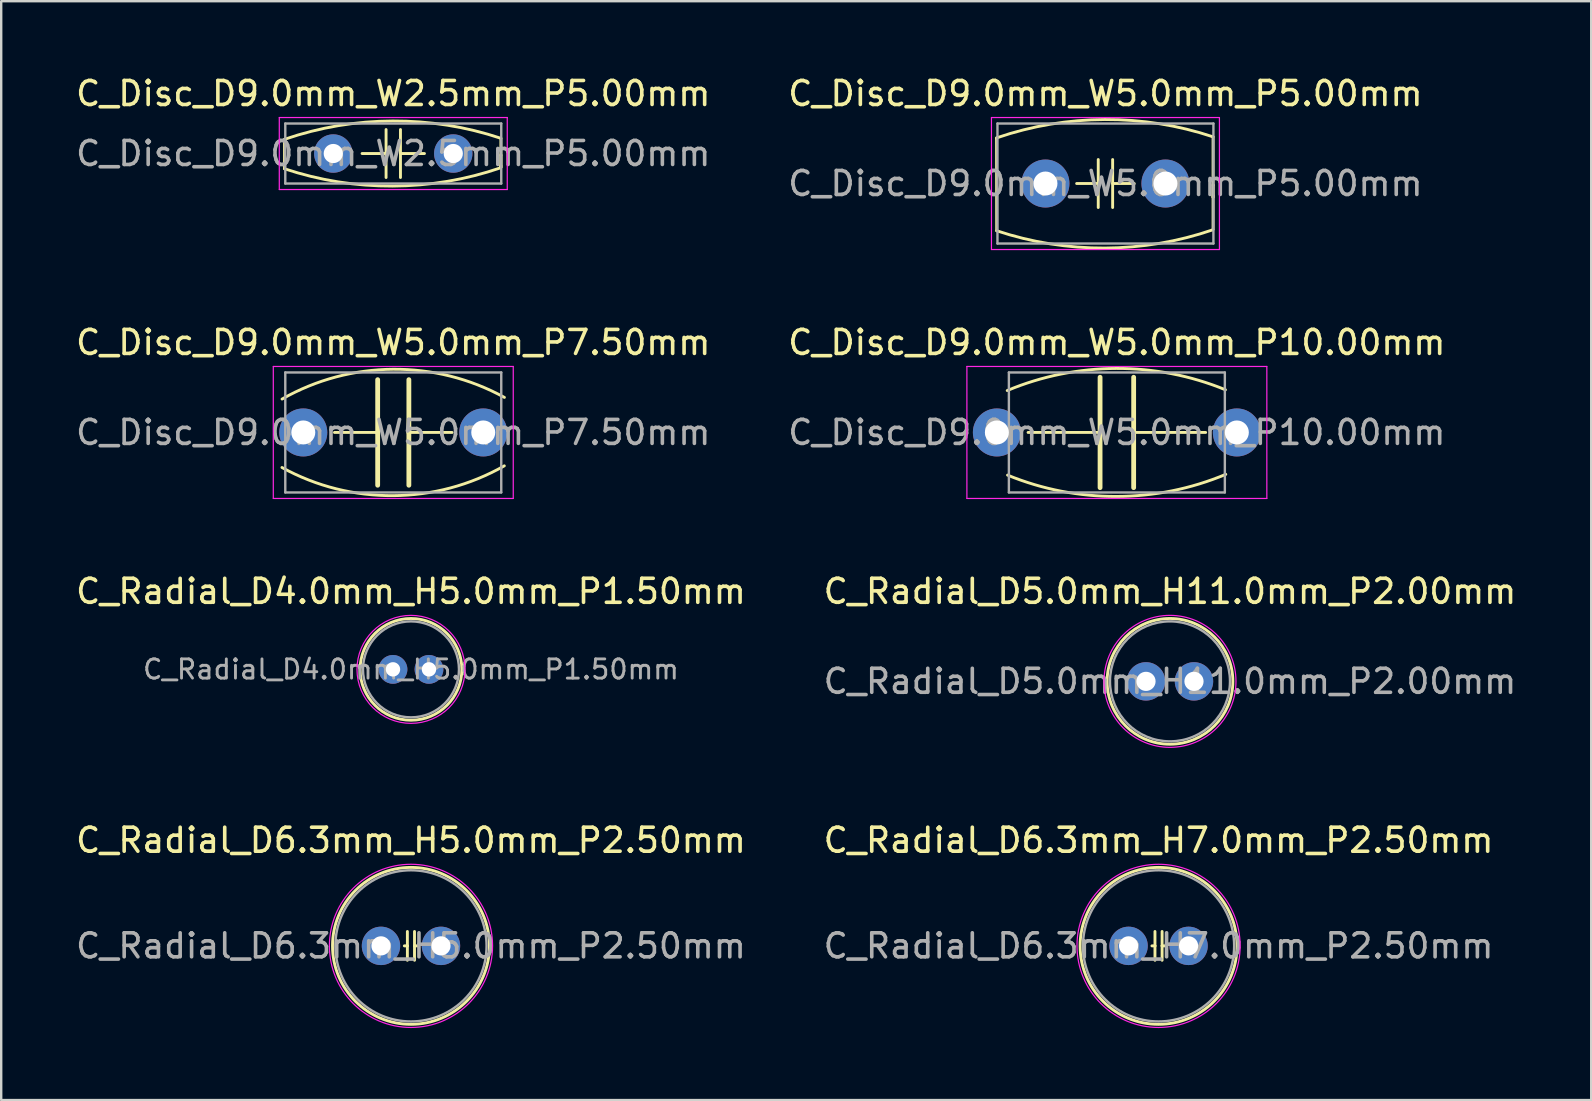
<source format=kicad_pcb>
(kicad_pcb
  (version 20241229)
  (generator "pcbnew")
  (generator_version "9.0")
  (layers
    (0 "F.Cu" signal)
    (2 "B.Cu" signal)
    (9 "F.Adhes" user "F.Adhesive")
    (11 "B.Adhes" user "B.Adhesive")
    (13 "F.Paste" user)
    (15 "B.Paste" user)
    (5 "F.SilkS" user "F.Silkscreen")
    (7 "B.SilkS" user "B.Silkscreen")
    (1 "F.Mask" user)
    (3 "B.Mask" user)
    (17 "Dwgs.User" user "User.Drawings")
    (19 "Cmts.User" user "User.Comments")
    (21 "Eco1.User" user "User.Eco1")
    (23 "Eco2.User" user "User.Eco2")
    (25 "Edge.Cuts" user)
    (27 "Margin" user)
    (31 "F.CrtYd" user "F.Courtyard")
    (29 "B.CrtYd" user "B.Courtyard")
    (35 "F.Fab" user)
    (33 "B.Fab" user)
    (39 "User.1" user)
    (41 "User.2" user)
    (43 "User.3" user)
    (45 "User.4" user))
  (footprint "C_Disc_D9.0mm_W5.0mm_P7.50mm"
    (layer "F.Cu")
    (at 9.589 14.972)
    (property "Reference" "C_Disc_D9.0mm_W5.0mm_P7.50mm" (at 3.75 -3.75 0) (layer "F.SilkS") (effects (font (size 1 1) (thickness 0.15))))
    (fp_line (start 1.3 0) (end 3.1 0) (stroke (width 0.12) (type solid)) (layer "F.SilkS"))
    (fp_line (start 3.1 0) (end 3.1 -2.2) (stroke (width 0.2) (type solid)) (layer "F.SilkS"))
    (fp_line (start 3.1 0) (end 3.1 2.2) (stroke (width 0.2) (type solid)) (layer "F.SilkS"))
    (fp_line (start 4.4 0) (end 4.4 -2.2) (stroke (width 0.2) (type solid)) (layer "F.SilkS"))
    (fp_line (start 4.4 0) (end 4.4 2.2) (stroke (width 0.2) (type solid)) (layer "F.SilkS"))
    (fp_line (start 4.4 0) (end 6.2 0) (stroke (width 0.12) (type solid)) (layer "F.SilkS"))
    (fp_arc (start -0.884963 -1.391723) (mid 3.739555 -2.633873) (end 8.382 -1.4605) (stroke (width 0.12) (type solid)) (layer "F.SilkS"))
    (fp_arc (start 8.377963 1.391723) (mid 3.753445 2.633873) (end -0.889 1.4605) (stroke (width 0.12) (type solid)) (layer "F.SilkS"))
    (fp_line (start -1.25 -2.75) (end -1.25 2.75) (stroke (width 0.05) (type solid)) (layer "F.CrtYd"))
    (fp_line (start -1.25 2.75) (end 8.75 2.75) (stroke (width 0.05) (type solid)) (layer "F.CrtYd"))
    (fp_line (start 8.75 -2.75) (end -1.25 -2.75) (stroke (width 0.05) (type solid)) (layer "F.CrtYd"))
    (fp_line (start 8.75 2.75) (end 8.75 -2.75) (stroke (width 0.05) (type solid)) (layer "F.CrtYd"))
    (fp_line (start -0.75 -2.5) (end -0.75 2.5) (stroke (width 0.1) (type solid)) (layer "F.Fab"))
    (fp_line (start -0.75 2.5) (end 8.25 2.5) (stroke (width 0.1) (type solid)) (layer "F.Fab"))
    (fp_line (start 8.25 -2.5) (end -0.75 -2.5) (stroke (width 0.1) (type solid)) (layer "F.Fab"))
    (fp_line (start 8.25 2.5) (end 8.25 -2.5) (stroke (width 0.1) (type solid)) (layer "F.Fab"))
    (fp_text user "${REFERENCE}" (at 3.75 0 0) (layer "F.Fab") (effects (font (size 1 1) (thickness 0.15))))
    (pad "1" thru_hole circle (at 0 0) (size 2 2) (drill 1) (layers "*.Cu" "*.Mask"))
    (pad "2" thru_hole circle (at 7.5 0) (size 2 2) (drill 1) (layers "*.Cu" "*.Mask")))
  (footprint "C_Disc_D9.0mm_W5.0mm_P5.00mm"
    (layer "F.Cu")
    (at 40.518 4.598)
    (property "Reference" "C_Disc_D9.0mm_W5.0mm_P5.00mm" (at 2.5 -3.75 0) (layer "F.SilkS") (effects (font (size 1 1) (thickness 0.15))))
    (fp_line (start -2.038 -1.882) (end -2.032 -1.905) (stroke (width 0.12) (type solid)) (layer "F.SilkS"))
    (fp_line (start -2.038 -1.882) (end -2.032 1.968) (stroke (width 0.12) (type solid)) (layer "F.SilkS"))
    (fp_line (start 1.3 0) (end 2.2 0) (stroke (width 0.12) (type solid)) (layer "F.SilkS"))
    (fp_line (start 2.2 0) (end 2.2 -1) (stroke (width 0.12) (type solid)) (layer "F.SilkS"))
    (fp_line (start 2.2 0) (end 2.2 1) (stroke (width 0.12) (type solid)) (layer "F.SilkS"))
    (fp_line (start 2.8 -1) (end 2.8 1) (stroke (width 0.12) (type solid)) (layer "F.SilkS"))
    (fp_line (start 2.8 0) (end 3.7 0) (stroke (width 0.12) (type solid)) (layer "F.SilkS"))
    (fp_line (start 6.985 0.064) (end 6.985 -1.946) (stroke (width 0.12) (type solid)) (layer "F.SilkS"))
    (fp_line (start 6.985 0.064) (end 6.985 0.572) (stroke (width 0.12) (type solid)) (layer "F.SilkS"))
    (fp_line (start 6.985 0.572) (end 6.985 0.508) (stroke (width 0.12) (type solid)) (layer "F.SilkS"))
    (fp_line (start 6.985 1.905) (end 6.985 0.064) (stroke (width 0.12) (type solid)) (layer "F.SilkS"))
    (fp_arc (start -2.025917 -1.905) (mid 2.476174 -2.667096) (end 6.985 -1.945917) (stroke (width 0.12) (type solid)) (layer "F.SilkS"))
    (fp_arc (start 6.978917 1.927583) (mid 2.476826 2.689679) (end -2.032 1.9685) (stroke (width 0.12) (type solid)) (layer "F.SilkS"))
    (fp_line (start -2.25 -2.75) (end -2.25 2.75) (stroke (width 0.05) (type solid)) (layer "F.CrtYd"))
    (fp_line (start -2.25 2.75) (end 7.25 2.75) (stroke (width 0.05) (type solid)) (layer "F.CrtYd"))
    (fp_line (start 7.25 -2.75) (end -2.25 -2.75) (stroke (width 0.05) (type solid)) (layer "F.CrtYd"))
    (fp_line (start 7.25 2.75) (end 7.25 -2.75) (stroke (width 0.05) (type solid)) (layer "F.CrtYd"))
    (fp_line (start -2 -2.5) (end -2 2.5) (stroke (width 0.1) (type solid)) (layer "F.Fab"))
    (fp_line (start -2 2.5) (end 7 2.5) (stroke (width 0.1) (type solid)) (layer "F.Fab"))
    (fp_line (start 7 -2.5) (end -2 -2.5) (stroke (width 0.1) (type solid)) (layer "F.Fab"))
    (fp_line (start 7 2.5) (end 7 -2.5) (stroke (width 0.1) (type solid)) (layer "F.Fab"))
    (fp_text user "${REFERENCE}" (at 2.5 0 0) (layer "F.Fab") (effects (font (size 1 1) (thickness 0.15))))
    (pad "1" thru_hole circle (at 0 0) (size 2 2) (drill 1) (layers "*.Cu" "*.Mask"))
    (pad "2" thru_hole circle (at 5 0) (size 2 2) (drill 1) (layers "*.Cu" "*.Mask")))
  (footprint "C_Radial_D6.3mm_H7.0mm_P2.50mm"
    (layer "F.Cu")
    (at 43.982 36.368)
    (property "Reference" "C_Radial_D6.3mm_H7.0mm_P2.50mm" (at 1.25 -4.4 0) (layer "F.SilkS") (effects (font (size 1 1) (thickness 0.15))))
    (fp_line (start 0.973 0) (end 1.1 0) (stroke (width 0.12) (type solid)) (layer "F.SilkS"))
    (fp_line (start 1.1 0) (end 1.1 -0.6) (stroke (width 0.12) (type solid)) (layer "F.SilkS"))
    (fp_line (start 1.1 0) (end 1.1 0.6) (stroke (width 0.12) (type solid)) (layer "F.SilkS"))
    (fp_line (start 1.397 0) (end 1.397 -0.6) (stroke (width 0.12) (type solid)) (layer "F.SilkS"))
    (fp_line (start 1.397 0) (end 1.397 0.6) (stroke (width 0.12) (type solid)) (layer "F.SilkS"))
    (fp_line (start 1.524 0) (end 1.397 0) (stroke (width 0.12) (type solid)) (layer "F.SilkS"))
    (fp_circle (center 1.25 0) (end 4.52 0) (stroke (width 0.12) (type solid)) (fill no) (layer "F.SilkS"))
    (fp_circle (center 1.25 0) (end 4.65 0) (stroke (width 0.05) (type solid)) (fill no) (layer "F.CrtYd"))
    (fp_circle (center 1.25 0) (end 4.4 0) (stroke (width 0.1) (type solid)) (fill no) (layer "F.Fab"))
    (fp_text user "${REFERENCE}" (at 1.25 0 0) (layer "F.Fab") (effects (font (size 1 1) (thickness 0.15))))
    (pad "1" thru_hole circle (at 0 0) (size 1.6 1.6) (drill 0.8) (layers "*.Cu" "*.Mask"))
    (pad "2" thru_hole circle (at 2.5 0) (size 1.6 1.6) (drill 0.8) (layers "*.Cu" "*.Mask")))
  (footprint "C_Radial_D5.0mm_H11.0mm_P2.00mm"
    (layer "F.Cu")
    (at 44.708 25.345)
    (property "Reference" "C_Radial_D5.0mm_H11.0mm_P2.00mm" (at 1 -3.75 0) (layer "F.SilkS") (effects (font (size 1 1) (thickness 0.15))))
    (attr through_hole)
    (fp_circle (center 1 0) (end 3.62 0) (stroke (width 0.12) (type solid)) (fill no) (layer "F.SilkS"))
    (fp_circle (center 1 0) (end 3.75 0) (stroke (width 0.05) (type solid)) (fill no) (layer "F.CrtYd"))
    (fp_circle (center 1 0) (end 3.5 0) (stroke (width 0.1) (type solid)) (fill no) (layer "F.Fab"))
    (fp_text user "${REFERENCE}" (at 1 0 0) (layer "F.Fab") (effects (font (size 1 1) (thickness 0.15))))
    (pad "1" thru_hole circle (at 0 0) (size 1.6 1.6) (drill 0.8) (layers "*.Cu" "*.Mask"))
    (pad "2" thru_hole circle (at 2 0) (size 1.6 1.6) (drill 0.8) (layers "*.Cu" "*.Mask")))
  (footprint "C_Radial_D4.0mm_H5.0mm_P1.50mm"
    (layer "F.Cu")
    (at 13.327 24.845)
    (property "Reference" "C_Radial_D4.0mm_H5.0mm_P1.50mm" (at 0.75 -3.25 0) (layer "F.SilkS") (effects (font (size 1 1) (thickness 0.15))))
    (attr through_hole)
    (fp_circle (center 0.75 0) (end 2.87 0) (stroke (width 0.12) (type solid)) (fill no) (layer "F.SilkS"))
    (fp_circle (center 0.75 0) (end 3 0) (stroke (width 0.05) (type solid)) (fill no) (layer "F.CrtYd"))
    (fp_circle (center 0.75 0) (end 2.75 0) (stroke (width 0.1) (type solid)) (fill no) (layer "F.Fab"))
    (fp_text user "${REFERENCE}" (at 0.75 0 0) (layer "F.Fab") (effects (font (size 0.8 0.8) (thickness 0.12))))
    (pad "1" thru_hole circle (at 0 0) (size 1.2 1.2) (drill 0.6) (layers "*.Cu" "*.Mask"))
    (pad "2" thru_hole circle (at 1.5 0) (size 1.2 1.2) (drill 0.6) (layers "*.Cu" "*.Mask")))
  (footprint "C_Disc_D9.0mm_W2.5mm_P5.00mm"
    (layer "F.Cu")
    (at 10.839 3.348)
    (property "Reference" "C_Disc_D9.0mm_W2.5mm_P5.00mm" (at 2.5 -2.5 0) (layer "F.SilkS") (effects (font (size 1 1) (thickness 0.15))))
    (fp_line (start -2.032 -0.572) (end -2.032 0.635) (stroke (width 0.12) (type solid)) (layer "F.SilkS"))
    (fp_line (start -2.032 -0.572) (end -2.026 -0.594) (stroke (width 0.12) (type solid)) (layer "F.SilkS"))
    (fp_line (start 1.2 0) (end 2.2 0) (stroke (width 0.12) (type solid)) (layer "F.SilkS"))
    (fp_line (start 2.2 0) (end 2.2 -1) (stroke (width 0.12) (type solid)) (layer "F.SilkS"))
    (fp_line (start 2.2 0) (end 2.2 1) (stroke (width 0.12) (type solid)) (layer "F.SilkS"))
    (fp_line (start 2.8 -1) (end 2.8 1) (stroke (width 0.12) (type solid)) (layer "F.SilkS"))
    (fp_line (start 2.8 0) (end 3.8 0) (stroke (width 0.12) (type solid)) (layer "F.SilkS"))
    (fp_line (start 6.985 0.064) (end 6.985 -0.635) (stroke (width 0.12) (type solid)) (layer "F.SilkS"))
    (fp_line (start 6.985 0.064) (end 6.985 0.572) (stroke (width 0.12) (type solid)) (layer "F.SilkS"))
    (fp_line (start 6.985 0.572) (end 6.985 0.064) (stroke (width 0.12) (type solid)) (layer "F.SilkS"))
    (fp_line (start 6.985 0.572) (end 6.985 0.508) (stroke (width 0.12) (type solid)) (layer "F.SilkS"))
    (fp_arc (start -2.025917 -0.594083) (mid 2.476174 -1.356179) (end 6.985 -0.635) (stroke (width 0.12) (type solid)) (layer "F.SilkS"))
    (fp_arc (start 6.978917 0.594083) (mid 2.476826 1.356179) (end -2.032 0.635) (stroke (width 0.12) (type solid)) (layer "F.SilkS"))
    (fp_line (start -2.25 -1.5) (end -2.25 1.5) (stroke (width 0.05) (type solid)) (layer "F.CrtYd"))
    (fp_line (start -2.25 1.5) (end 7.25 1.5) (stroke (width 0.05) (type solid)) (layer "F.CrtYd"))
    (fp_line (start 7.25 -1.5) (end -2.25 -1.5) (stroke (width 0.05) (type solid)) (layer "F.CrtYd"))
    (fp_line (start 7.25 1.5) (end 7.25 -1.5) (stroke (width 0.05) (type solid)) (layer "F.CrtYd"))
    (fp_line (start -2 -1.25) (end -2 1.25) (stroke (width 0.1) (type solid)) (layer "F.Fab"))
    (fp_line (start -2 1.25) (end 7 1.25) (stroke (width 0.1) (type solid)) (layer "F.Fab"))
    (fp_line (start 7 -1.25) (end -2 -1.25) (stroke (width 0.1) (type solid)) (layer "F.Fab"))
    (fp_line (start 7 1.25) (end 7 -1.25) (stroke (width 0.1) (type solid)) (layer "F.Fab"))
    (fp_text user "${REFERENCE}" (at 2.5 0 0) (layer "F.Fab") (effects (font (size 1 1) (thickness 0.15))))
    (pad "1" thru_hole circle (at 0 0) (size 1.6 1.6) (drill 0.8) (layers "*.Cu" "*.Mask"))
    (pad "2" thru_hole circle (at 5 0) (size 1.6 1.6) (drill 0.8) (layers "*.Cu" "*.Mask")))
  (footprint "C_Disc_D9.0mm_W5.0mm_P10.00mm"
    (layer "F.Cu")
    (at 38.494 14.972)
    (property "Reference" "C_Disc_D9.0mm_W5.0mm_P10.00mm" (at 5 -3.75 0) (layer "F.SilkS") (effects (font (size 1 1) (thickness 0.15))))
    (fp_line (start 1.3 0) (end 4.3 0) (stroke (width 0.12) (type solid)) (layer "F.SilkS"))
    (fp_line (start 4.3 0) (end 4.3 -2.3) (stroke (width 0.2) (type solid)) (layer "F.SilkS"))
    (fp_line (start 4.3 0) (end 4.3 2.3) (stroke (width 0.2) (type solid)) (layer "F.SilkS"))
    (fp_line (start 5.7 0) (end 5.7 -2.3) (stroke (width 0.2) (type solid)) (layer "F.SilkS"))
    (fp_line (start 5.7 0) (end 5.7 2.3) (stroke (width 0.2) (type solid)) (layer "F.SilkS"))
    (fp_line (start 5.7 0) (end 8.7 0) (stroke (width 0.12) (type solid)) (layer "F.SilkS"))
    (fp_arc (start 0.431238 -1.746181) (mid 4.974952 -2.667096) (end 9.525 -1.778) (stroke (width 0.12) (type solid)) (layer "F.SilkS"))
    (fp_arc (start 9.538262 1.746181) (mid 4.994548 2.667096) (end 0.4445 1.778) (stroke (width 0.12) (type solid)) (layer "F.SilkS"))
    (fp_line (start -1.25 -2.75) (end -1.25 2.75) (stroke (width 0.05) (type solid)) (layer "F.CrtYd"))
    (fp_line (start -1.25 2.75) (end 11.25 2.75) (stroke (width 0.05) (type solid)) (layer "F.CrtYd"))
    (fp_line (start 11.25 -2.75) (end -1.25 -2.75) (stroke (width 0.05) (type solid)) (layer "F.CrtYd"))
    (fp_line (start 11.25 2.75) (end 11.25 -2.75) (stroke (width 0.05) (type solid)) (layer "F.CrtYd"))
    (fp_line (start 0.5 -2.5) (end 0.5 2.5) (stroke (width 0.1) (type solid)) (layer "F.Fab"))
    (fp_line (start 0.5 2.5) (end 9.5 2.5) (stroke (width 0.1) (type solid)) (layer "F.Fab"))
    (fp_line (start 9.5 -2.5) (end 0.5 -2.5) (stroke (width 0.1) (type solid)) (layer "F.Fab"))
    (fp_line (start 9.5 2.5) (end 9.5 -2.5) (stroke (width 0.1) (type solid)) (layer "F.Fab"))
    (fp_text user "${REFERENCE}" (at 5 0 0) (layer "F.Fab") (effects (font (size 1 1) (thickness 0.15))))
    (pad "1" thru_hole circle (at 0 0) (size 2 2) (drill 1) (layers "*.Cu" "*.Mask"))
    (pad "2" thru_hole circle (at 10 0) (size 2 2) (drill 1) (layers "*.Cu" "*.Mask")))
  (footprint "C_Radial_D6.3mm_H5.0mm_P2.50mm"
    (layer "F.Cu")
    (at 12.827 36.368)
    (property "Reference" "C_Radial_D6.3mm_H5.0mm_P2.50mm" (at 1.25 -4.4 0) (layer "F.SilkS") (effects (font (size 1 1) (thickness 0.15))))
    (fp_line (start 0.973 0) (end 1.1 0) (stroke (width 0.12) (type solid)) (layer "F.SilkS"))
    (fp_line (start 1.1 0) (end 1.1 -0.6) (stroke (width 0.12) (type solid)) (layer "F.SilkS"))
    (fp_line (start 1.1 0) (end 1.1 0.6) (stroke (width 0.12) (type solid)) (layer "F.SilkS"))
    (fp_line (start 1.397 0) (end 1.397 -0.6) (stroke (width 0.12) (type solid)) (layer "F.SilkS"))
    (fp_line (start 1.397 0) (end 1.397 0.6) (stroke (width 0.12) (type solid)) (layer "F.SilkS"))
    (fp_line (start 1.524 0) (end 1.397 0) (stroke (width 0.12) (type solid)) (layer "F.SilkS"))
    (fp_circle (center 1.25 0) (end 4.52 0) (stroke (width 0.12) (type solid)) (fill no) (layer "F.SilkS"))
    (fp_circle (center 1.25 0) (end 4.65 0) (stroke (width 0.05) (type solid)) (fill no) (layer "F.CrtYd"))
    (fp_circle (center 1.25 0) (end 4.4 0) (stroke (width 0.1) (type solid)) (fill no) (layer "F.Fab"))
    (fp_text user "${REFERENCE}" (at 1.25 0 0) (layer "F.Fab") (effects (font (size 1 1) (thickness 0.15))))
    (pad "1" thru_hole circle (at 0 0) (size 1.6 1.6) (drill 0.8) (layers "*.Cu" "*.Mask"))
    (pad "2" thru_hole circle (at 2.5 0) (size 1.6 1.6) (drill 0.8) (layers "*.Cu" "*.Mask")))
  (gr_rect
    (start -3 -3)
    (end 63.262 42.793)
    (stroke (width 0.1) (type default))
    (fill no)
    (layer "Edge.Cuts")))
</source>
